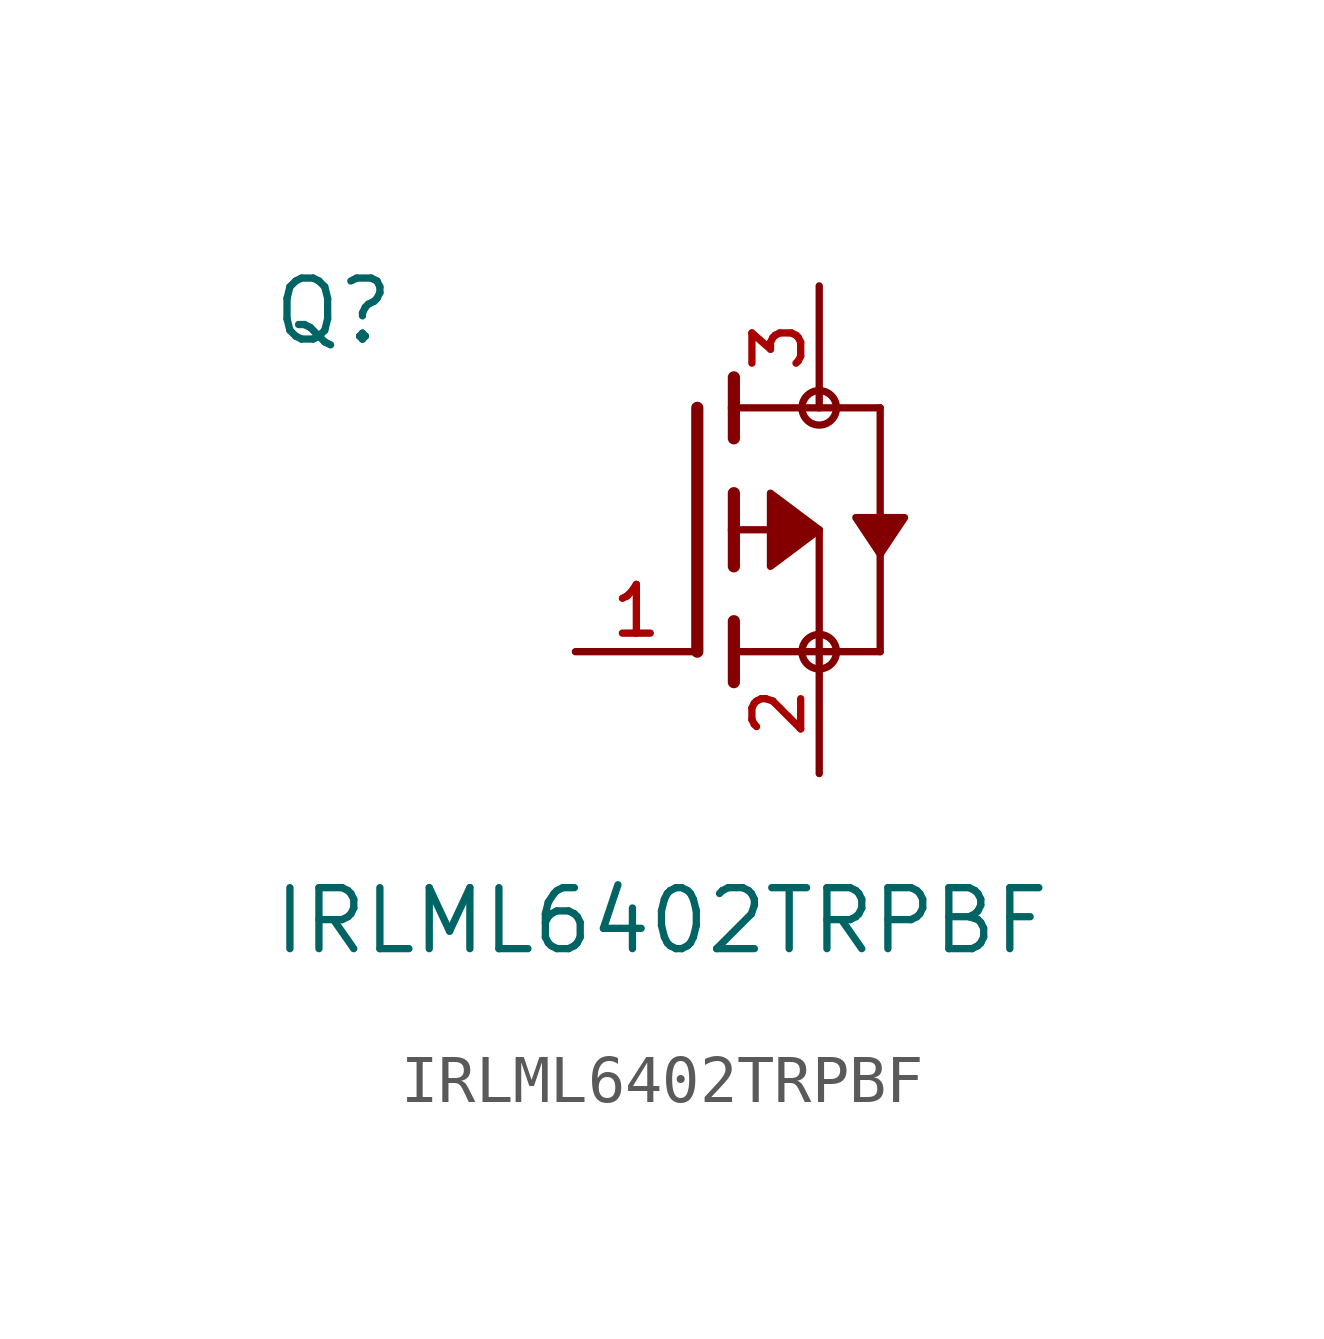
<source format=kicad_sym>
(kicad_symbol_lib
  (version 20211014)
  (generator kicad_symbol_editor)
  (symbol "IRLML6402TRPBF"
    (pin_names
      (offset 1.016))
    (property "Reference" "Q"
      (at -11.43 3.81 0)
      (effects (font (size 1.27 1.27)) (justify bottom left)))
    (property "Value" "IRLML6402TRPBF"
      (at -11.43 -8.89 0)
      (effects (font (size 1.27 1.27)) (justify bottom left)))
    (symbol "IRLML6402TRPBF_0_0"
      (polyline (pts (xy -1.778 0.762) (xy -1.778 0.0)) (stroke (width 0.254)))
      (polyline (pts (xy -1.778 0.0) (xy -1.778 -0.762)) (stroke (width 0.254)))
      (polyline (pts (xy -1.778 3.175) (xy -1.778 2.54)) (stroke (width 0.254)))
      (polyline (pts (xy -1.778 2.54) (xy -1.778 1.905)) (stroke (width 0.254)))
      (polyline (pts (xy -1.778 0.0) (xy 0.0 0.0)) (stroke (width 0.152)))
      (polyline (pts (xy 0.0 0.0) (xy 0.0 -2.54)) (stroke (width 0.152)))
      (polyline (pts (xy -1.778 -1.905) (xy -1.778 -3.175)) (stroke (width 0.254)))
      (polyline (pts (xy -2.54 2.54) (xy -2.54 -2.54)) (stroke (width 0.254)))
      (polyline (pts (xy 1.27 -2.54) (xy -1.778 -2.54)) (stroke (width 0.152)))
      (polyline (pts (xy 1.27 2.54) (xy 1.27 -2.54)) (stroke (width 0.152)))
      (polyline (pts (xy -1.778 2.54) (xy 1.27 2.54)) (stroke (width 0.152)))
      (circle (center 0.0 -2.54) (radius 0.359) (stroke (width 0.0)) (fill (type none)))
      (circle (center 0.0 2.54) (radius 0.359) (stroke (width 0.0)) (fill (type none)))
      (polyline (pts (xy 1.27 -0.508) (xy 1.778 0.254) (xy 0.762 0.254) (xy 1.27 -0.508)) (stroke (width 0.152)) (fill (type outline)))
      (polyline (pts (xy 0.0 0.0) (xy -1.016 -0.762) (xy -1.016 0.762) (xy 0.0 0.0)) (stroke (width 0.152)) (fill (type outline)))
      (pin passive line (at 0.0 -5.08 90.0) (length 2.54) (name "~" (effects (font (size 1.016 1.016)))) (number "2" (effects (font (size 1.016 1.016)))))
      (pin passive line (at -5.08 -2.54 0) (length 2.54) (name "~" (effects (font (size 1.016 1.016)))) (number "1" (effects (font (size 1.016 1.016)))))
      (pin passive line (at 0.0 5.08 270.0) (length 2.54) (name "~" (effects (font (size 1.016 1.016)))) (number "3" (effects (font (size 1.016 1.016))))))))
</source>
